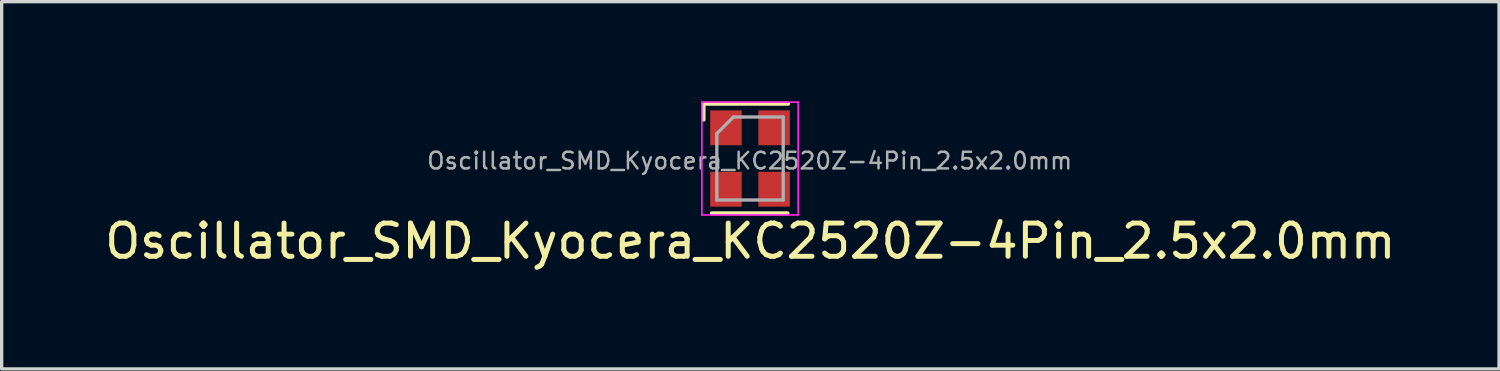
<source format=kicad_pcb>
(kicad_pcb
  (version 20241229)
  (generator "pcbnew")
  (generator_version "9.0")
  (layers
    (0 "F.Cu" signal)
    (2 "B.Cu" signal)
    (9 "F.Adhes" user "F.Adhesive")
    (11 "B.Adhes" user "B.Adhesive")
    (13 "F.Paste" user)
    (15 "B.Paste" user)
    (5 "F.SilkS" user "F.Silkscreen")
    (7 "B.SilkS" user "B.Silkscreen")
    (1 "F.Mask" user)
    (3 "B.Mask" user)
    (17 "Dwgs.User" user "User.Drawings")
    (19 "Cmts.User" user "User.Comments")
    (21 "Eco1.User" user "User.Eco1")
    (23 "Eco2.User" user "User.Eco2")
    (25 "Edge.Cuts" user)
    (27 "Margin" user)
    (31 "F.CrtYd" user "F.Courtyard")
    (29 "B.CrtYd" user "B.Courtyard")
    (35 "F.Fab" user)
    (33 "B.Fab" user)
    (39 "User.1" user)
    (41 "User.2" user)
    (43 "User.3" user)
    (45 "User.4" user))
  (footprint "Oscillator_SMD_Kyocera_KC2520Z-4Pin_2.5x2.0mm"
    (layer "F.Cu")
    (at 19.544 1.725)
    (property "Reference" "Oscillator_SMD_Kyocera_KC2520Z-4Pin_2.5x2.0mm" (at 0.01 2.49 0) (layer "F.SilkS") (effects (font (size 1 1) (thickness 0.15))))
    (attr smd)
    (fp_line (start -1.4 -1.65) (end 1.15 -1.65) (stroke (width 0.12) (type solid)) (layer "F.SilkS"))
    (fp_line (start -1.4 -1.17) (end -1.4 -1.65) (stroke (width 0.12) (type solid)) (layer "F.SilkS"))
    (fp_line (start 1.13 1.65) (end -1.15 1.65) (stroke (width 0.12) (type solid)) (layer "F.SilkS"))
    (fp_line (start -1.45 -1.7) (end 1.45 -1.7) (stroke (width 0.05) (type solid)) (layer "F.CrtYd"))
    (fp_line (start -1.45 1.7) (end -1.45 -1.7) (stroke (width 0.05) (type solid)) (layer "F.CrtYd"))
    (fp_line (start 1.45 -1.7) (end 1.45 1.7) (stroke (width 0.05) (type solid)) (layer "F.CrtYd"))
    (fp_line (start 1.45 1.7) (end -1.45 1.7) (stroke (width 0.05) (type solid)) (layer "F.CrtYd"))
    (fp_line (start -1 1.25) (end -1 -0.75) (stroke (width 0.1) (type solid)) (layer "F.Fab"))
    (fp_line (start -0.5 -1.25) (end -1 -0.75) (stroke (width 0.1) (type solid)) (layer "F.Fab"))
    (fp_line (start -0.5 -1.25) (end 1 -1.25) (stroke (width 0.1) (type solid)) (layer "F.Fab"))
    (fp_line (start 1 -1.25) (end 1 1.25) (stroke (width 0.1) (type solid)) (layer "F.Fab"))
    (fp_line (start 1 1.25) (end -1 1.25) (stroke (width 0.1) (type solid)) (layer "F.Fab"))
    (fp_text user "${REFERENCE}" (at -0.01 0.07 0) (layer "F.Fab") (effects (font (size 0.5 0.5) (thickness 0.075))))
    (pad "1" smd rect (at -0.725 -0.925) (size 0.95 1.05) (layers "F.Cu" "F.Mask" "F.Paste"))
    (pad "2" smd rect (at -0.725 0.925) (size 0.95 1.05) (layers "F.Cu" "F.Mask" "F.Paste"))
    (pad "3" smd rect (at 0.725 0.925) (size 0.95 1.05) (layers "F.Cu" "F.Mask" "F.Paste"))
    (pad "4" smd rect (at 0.725 -0.925) (size 0.95 1.05) (layers "F.Cu" "F.Mask" "F.Paste")))
  (gr_rect
    (start -3 -3)
    (end 42.107 8.063)
    (stroke (width 0.1) (type default))
    (fill no)
    (layer "Edge.Cuts")))
</source>
